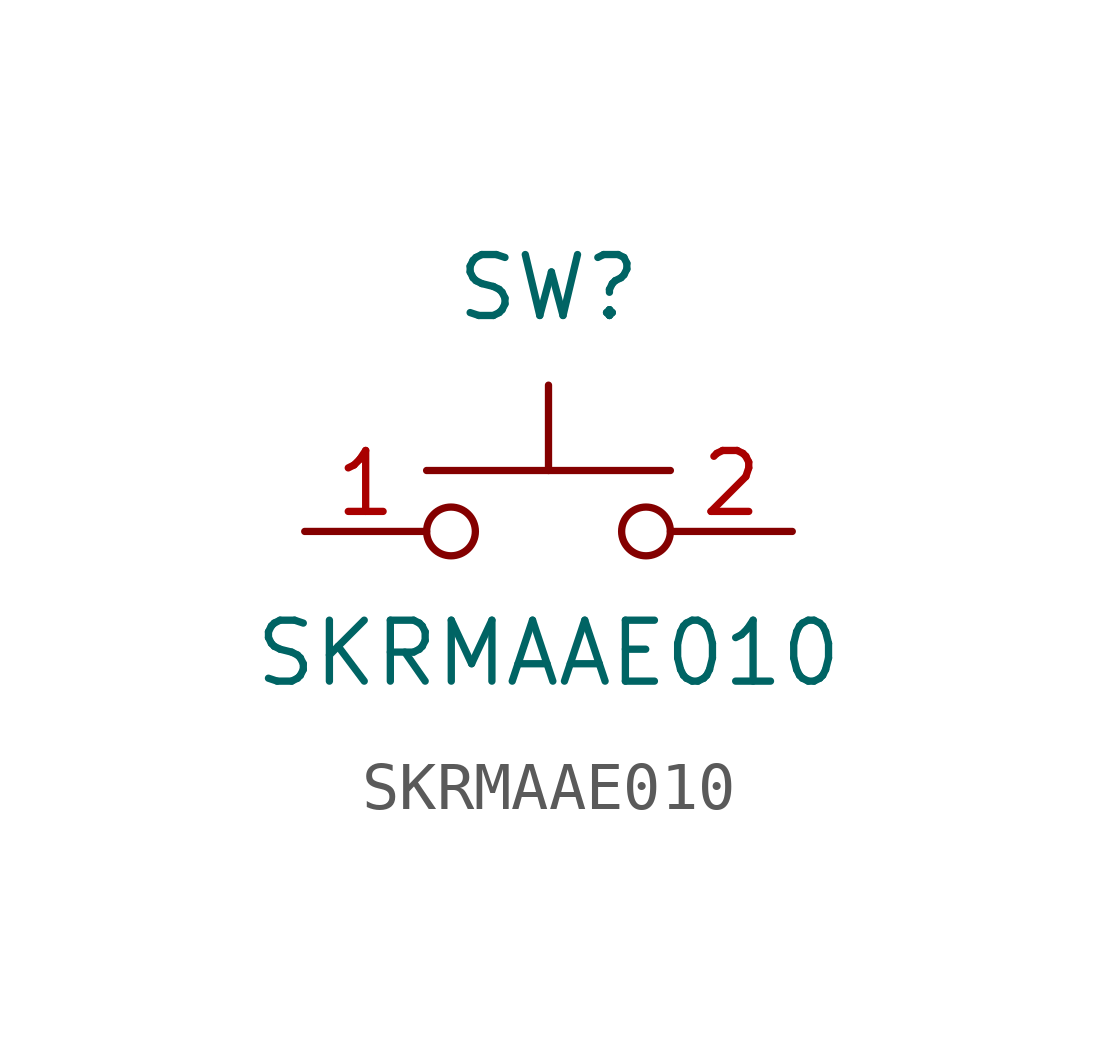
<source format=kicad_sym>
(kicad_symbol_lib
  (version 20231120)
  (generator "kicad_symbol_editor")
  (generator_version "8.0")
  (symbol "SKRMAAE010"
    (property "Reference" "SW"
      (at 0 5.08 0)
      (do_not_autoplace)
      (effects (font (size 1.27 1.27))))
    (property "Value" "SKRMAAE010"
      (at 0 -2.54 0)
      (do_not_autoplace)
      (effects (font (size 1.27 1.27))))
    (symbol "SKRMAAE010_0_1"
      (circle (center -2.032 0) (radius 0.508) (stroke (width 0) (type default)) (fill (type none)))
      (polyline (pts (xy 0 1.27) (xy 0 3.048)) (stroke (width 0) (type default)) (fill (type none)))
      (polyline (pts (xy 2.54 1.27) (xy -2.54 1.27)) (stroke (width 0) (type default)) (fill (type none)))
      (circle (center 2.032 0) (radius 0.508) (stroke (width 0) (type default)) (fill (type none))))
    (symbol "SKRMAAE010_1_1"
      (pin unspecified line (at -5.08 0 0) (length 2.54) (name "" (effects (font (size 1.27 1.27)))) (number "1" (effects (font (size 1.27 1.27)))))
      (pin unspecified line (at 5.08 0 180) (length 2.54) (name "" (effects (font (size 1.27 1.27)))) (number "2" (effects (font (size 1.27 1.27))))))))
</source>
